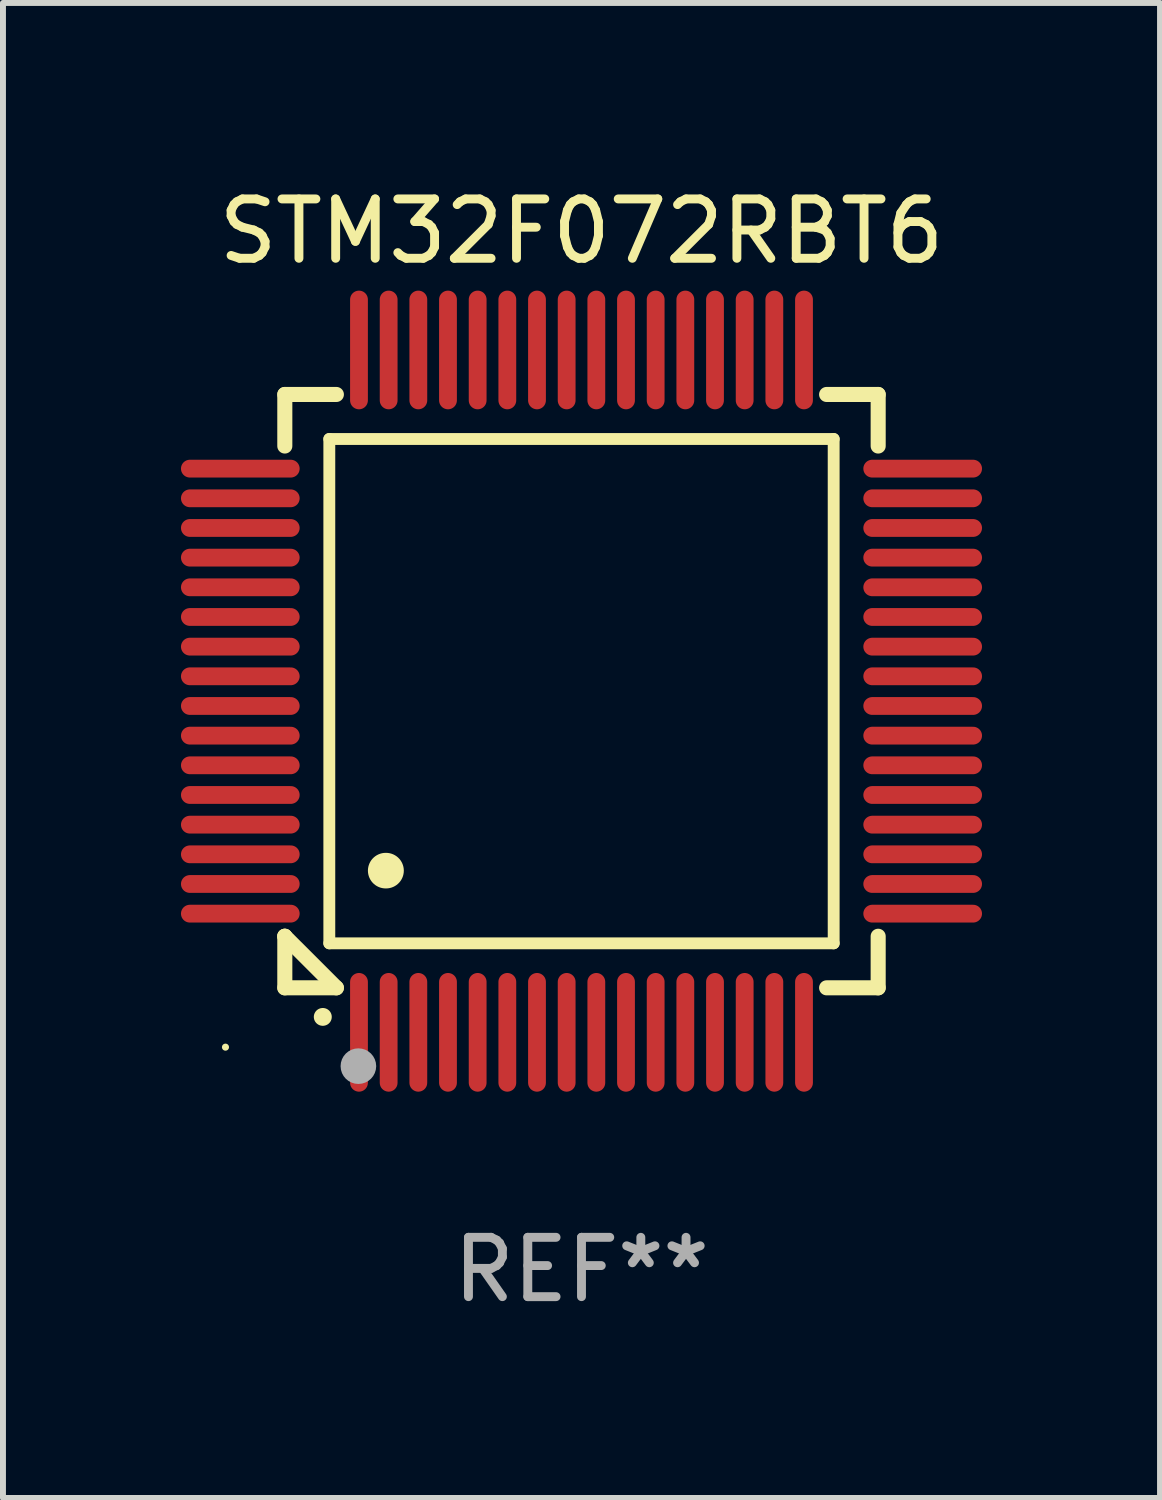
<source format=kicad_pcb>
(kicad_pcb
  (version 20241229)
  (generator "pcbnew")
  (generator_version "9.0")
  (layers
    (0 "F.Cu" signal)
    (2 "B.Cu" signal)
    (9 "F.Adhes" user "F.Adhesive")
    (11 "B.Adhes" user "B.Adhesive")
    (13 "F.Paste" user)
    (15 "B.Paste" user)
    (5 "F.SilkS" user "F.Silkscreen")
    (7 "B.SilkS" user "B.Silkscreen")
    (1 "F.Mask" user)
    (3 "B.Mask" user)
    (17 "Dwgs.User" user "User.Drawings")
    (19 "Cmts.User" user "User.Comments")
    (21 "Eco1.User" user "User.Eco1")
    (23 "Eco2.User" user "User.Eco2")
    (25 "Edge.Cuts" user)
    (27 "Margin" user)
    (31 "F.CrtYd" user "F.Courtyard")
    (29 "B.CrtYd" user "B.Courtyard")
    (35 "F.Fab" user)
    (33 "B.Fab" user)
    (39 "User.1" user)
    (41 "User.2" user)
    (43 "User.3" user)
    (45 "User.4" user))
  (footprint "STM32F072RBT6"
    (layer "F.Cu")
    (at 6.75 8.598)
    (property "Reference" "STM32F072RBT6" (at 0 -7.75 0) (layer "F.SilkS") (effects (font (size 1 1) (thickness 0.15))))
    (attr through_hole)
    (fp_line (start -5 -5) (end -4.131 -5) (stroke (width 0.254) (type solid)) (layer "F.SilkS"))
    (fp_line (start -5 -4.131) (end -5 -5) (stroke (width 0.254) (type solid)) (layer "F.SilkS"))
    (fp_line (start -5 4.131) (end -5 4.131) (stroke (width 0.254) (type solid)) (layer "F.SilkS"))
    (fp_line (start -5 5) (end -5 4.131) (stroke (width 0.254) (type solid)) (layer "F.SilkS"))
    (fp_line (start -5 4.131) (end -4.131 5) (stroke (width 0.254) (type solid)) (layer "F.SilkS"))
    (fp_line (start -4.25 -4.25) (end -4.25 4.25) (stroke (width 0.2) (type solid)) (layer "F.SilkS"))
    (fp_line (start -4.25 4.25) (end 4.25 4.25) (stroke (width 0.2) (type solid)) (layer "F.SilkS"))
    (fp_line (start -4.131 5) (end -5 5) (stroke (width 0.254) (type solid)) (layer "F.SilkS"))
    (fp_line (start 4.25 -4.25) (end -4.25 -4.25) (stroke (width 0.2) (type solid)) (layer "F.SilkS"))
    (fp_line (start 4.25 4.25) (end 4.25 -4.25) (stroke (width 0.2) (type solid)) (layer "F.SilkS"))
    (fp_line (start 5 -5) (end 4.131 -5) (stroke (width 0.254) (type solid)) (layer "F.SilkS"))
    (fp_line (start 5 -5) (end 5 -4.131) (stroke (width 0.254) (type solid)) (layer "F.SilkS"))
    (fp_line (start 5 4.131) (end 5 5) (stroke (width 0.254) (type solid)) (layer "F.SilkS"))
    (fp_line (start 5 5) (end 4.131 5) (stroke (width 0.254) (type solid)) (layer "F.SilkS"))
    (fp_arc (start -4.361265 5.489992) (mid -4.359995 5.489987) (end -4.358725 5.489992) (stroke (width 0.3) (type solid)) (layer "F.SilkS"))
    (fp_arc (start -3.299467 3.025146) (mid -3.296927 3.025135) (end -3.294387 3.025146) (stroke (width 0.6) (type solid)) (layer "F.SilkS"))
    (fp_circle (center -6 6) (end -5.97 6) (stroke (width 0.06) (type solid)) (fill no) (layer "F.SilkS"))
    (fp_circle (center -3.76 6.32) (end -3.61 6.32) (stroke (width 0.3) (type solid)) (fill no) (layer "F.Fab"))
    (fp_text user "REF**" (at 0 9.75 0) (layer "F.Fab") (effects (font (size 1 1) (thickness 0.15))))
    (pad "1" smd oval (at -3.75 5.75) (size 0.3 2) (layers "F.Cu" "F.Mask" "F.Paste"))
    (pad "2" smd oval (at -3.25 5.75) (size 0.3 2) (layers "F.Cu" "F.Mask" "F.Paste"))
    (pad "3" smd oval (at -2.75 5.75) (size 0.3 2) (layers "F.Cu" "F.Mask" "F.Paste"))
    (pad "4" smd oval (at -2.25 5.75) (size 0.3 2) (layers "F.Cu" "F.Mask" "F.Paste"))
    (pad "5" smd oval (at -1.75 5.75) (size 0.3 2) (layers "F.Cu" "F.Mask" "F.Paste"))
    (pad "6" smd oval (at -1.25 5.75) (size 0.3 2) (layers "F.Cu" "F.Mask" "F.Paste"))
    (pad "7" smd oval (at -0.75 5.75) (size 0.3 2) (layers "F.Cu" "F.Mask" "F.Paste"))
    (pad "8" smd oval (at -0.25 5.75) (size 0.3 2) (layers "F.Cu" "F.Mask" "F.Paste"))
    (pad "9" smd oval (at 0.25 5.75) (size 0.3 2) (layers "F.Cu" "F.Mask" "F.Paste"))
    (pad "10" smd oval (at 0.75 5.75) (size 0.3 2) (layers "F.Cu" "F.Mask" "F.Paste"))
    (pad "11" smd oval (at 1.25 5.75) (size 0.3 2) (layers "F.Cu" "F.Mask" "F.Paste"))
    (pad "12" smd oval (at 1.75 5.75) (size 0.3 2) (layers "F.Cu" "F.Mask" "F.Paste"))
    (pad "13" smd oval (at 2.25 5.75) (size 0.3 2) (layers "F.Cu" "F.Mask" "F.Paste"))
    (pad "14" smd oval (at 2.75 5.75) (size 0.3 2) (layers "F.Cu" "F.Mask" "F.Paste"))
    (pad "15" smd oval (at 3.25 5.75) (size 0.3 2) (layers "F.Cu" "F.Mask" "F.Paste"))
    (pad "16" smd oval (at 3.75 5.75) (size 0.3 2) (layers "F.Cu" "F.Mask" "F.Paste"))
    (pad "17" smd oval (at 5.75 3.75) (size 2 0.3) (layers "F.Cu" "F.Mask" "F.Paste"))
    (pad "18" smd oval (at 5.75 3.25) (size 2 0.3) (layers "F.Cu" "F.Mask" "F.Paste"))
    (pad "19" smd oval (at 5.75 2.75) (size 2 0.3) (layers "F.Cu" "F.Mask" "F.Paste"))
    (pad "20" smd oval (at 5.75 2.25) (size 2 0.3) (layers "F.Cu" "F.Mask" "F.Paste"))
    (pad "21" smd oval (at 5.75 1.75) (size 2 0.3) (layers "F.Cu" "F.Mask" "F.Paste"))
    (pad "22" smd oval (at 5.75 1.25) (size 2 0.3) (layers "F.Cu" "F.Mask" "F.Paste"))
    (pad "23" smd oval (at 5.75 0.75) (size 2 0.3) (layers "F.Cu" "F.Mask" "F.Paste"))
    (pad "24" smd oval (at 5.75 0.25) (size 2 0.3) (layers "F.Cu" "F.Mask" "F.Paste"))
    (pad "25" smd oval (at 5.75 -0.25) (size 2 0.3) (layers "F.Cu" "F.Mask" "F.Paste"))
    (pad "26" smd oval (at 5.75 -0.75) (size 2 0.3) (layers "F.Cu" "F.Mask" "F.Paste"))
    (pad "27" smd oval (at 5.75 -1.25) (size 2 0.3) (layers "F.Cu" "F.Mask" "F.Paste"))
    (pad "28" smd oval (at 5.75 -1.75) (size 2 0.3) (layers "F.Cu" "F.Mask" "F.Paste"))
    (pad "29" smd oval (at 5.75 -2.25) (size 2 0.3) (layers "F.Cu" "F.Mask" "F.Paste"))
    (pad "30" smd oval (at 5.75 -2.75) (size 2 0.3) (layers "F.Cu" "F.Mask" "F.Paste"))
    (pad "31" smd oval (at 5.75 -3.25) (size 2 0.3) (layers "F.Cu" "F.Mask" "F.Paste"))
    (pad "32" smd oval (at 5.75 -3.75) (size 2 0.3) (layers "F.Cu" "F.Mask" "F.Paste"))
    (pad "33" smd oval (at 3.75 -5.75) (size 0.3 2) (layers "F.Cu" "F.Mask" "F.Paste"))
    (pad "34" smd oval (at 3.25 -5.75) (size 0.3 2) (layers "F.Cu" "F.Mask" "F.Paste"))
    (pad "35" smd oval (at 2.75 -5.75) (size 0.3 2) (layers "F.Cu" "F.Mask" "F.Paste"))
    (pad "36" smd oval (at 2.25 -5.75) (size 0.3 2) (layers "F.Cu" "F.Mask" "F.Paste"))
    (pad "37" smd oval (at 1.75 -5.75) (size 0.3 2) (layers "F.Cu" "F.Mask" "F.Paste"))
    (pad "38" smd oval (at 1.25 -5.75) (size 0.3 2) (layers "F.Cu" "F.Mask" "F.Paste"))
    (pad "39" smd oval (at 0.75 -5.75) (size 0.3 2) (layers "F.Cu" "F.Mask" "F.Paste"))
    (pad "40" smd oval (at 0.25 -5.75) (size 0.3 2) (layers "F.Cu" "F.Mask" "F.Paste"))
    (pad "41" smd oval (at -0.25 -5.75) (size 0.3 2) (layers "F.Cu" "F.Mask" "F.Paste"))
    (pad "42" smd oval (at -0.75 -5.75) (size 0.3 2) (layers "F.Cu" "F.Mask" "F.Paste"))
    (pad "43" smd oval (at -1.25 -5.75) (size 0.3 2) (layers "F.Cu" "F.Mask" "F.Paste"))
    (pad "44" smd oval (at -1.75 -5.75) (size 0.3 2) (layers "F.Cu" "F.Mask" "F.Paste"))
    (pad "45" smd oval (at -2.25 -5.75) (size 0.3 2) (layers "F.Cu" "F.Mask" "F.Paste"))
    (pad "46" smd oval (at -2.75 -5.75) (size 0.3 2) (layers "F.Cu" "F.Mask" "F.Paste"))
    (pad "47" smd oval (at -3.25 -5.75) (size 0.3 2) (layers "F.Cu" "F.Mask" "F.Paste"))
    (pad "48" smd oval (at -3.75 -5.75) (size 0.3 2) (layers "F.Cu" "F.Mask" "F.Paste"))
    (pad "49" smd oval (at -5.75 -3.75) (size 2 0.3) (layers "F.Cu" "F.Mask" "F.Paste"))
    (pad "50" smd oval (at -5.75 -3.25) (size 2 0.3) (layers "F.Cu" "F.Mask" "F.Paste"))
    (pad "51" smd oval (at -5.75 -2.75) (size 2 0.3) (layers "F.Cu" "F.Mask" "F.Paste"))
    (pad "52" smd oval (at -5.75 -2.25) (size 2 0.3) (layers "F.Cu" "F.Mask" "F.Paste"))
    (pad "53" smd oval (at -5.75 -1.75) (size 2 0.3) (layers "F.Cu" "F.Mask" "F.Paste"))
    (pad "54" smd oval (at -5.75 -1.25) (size 2 0.3) (layers "F.Cu" "F.Mask" "F.Paste"))
    (pad "55" smd oval (at -5.75 -0.75) (size 2 0.3) (layers "F.Cu" "F.Mask" "F.Paste"))
    (pad "56" smd oval (at -5.75 -0.25) (size 2 0.3) (layers "F.Cu" "F.Mask" "F.Paste"))
    (pad "57" smd oval (at -5.75 0.25) (size 2 0.3) (layers "F.Cu" "F.Mask" "F.Paste"))
    (pad "58" smd oval (at -5.75 0.75) (size 2 0.3) (layers "F.Cu" "F.Mask" "F.Paste"))
    (pad "59" smd oval (at -5.75 1.25) (size 2 0.3) (layers "F.Cu" "F.Mask" "F.Paste"))
    (pad "60" smd oval (at -5.75 1.75) (size 2 0.3) (layers "F.Cu" "F.Mask" "F.Paste"))
    (pad "61" smd oval (at -5.75 2.25) (size 2 0.3) (layers "F.Cu" "F.Mask" "F.Paste"))
    (pad "62" smd oval (at -5.75 2.75) (size 2 0.3) (layers "F.Cu" "F.Mask" "F.Paste"))
    (pad "63" smd oval (at -5.75 3.25) (size 2 0.3) (layers "F.Cu" "F.Mask" "F.Paste"))
    (pad "64" smd oval (at -5.75 3.75) (size 2 0.3) (layers "F.Cu" "F.Mask" "F.Paste")))
  (gr_rect
    (start -3 -3)
    (end 16.5 22.196)
    (stroke (width 0.1) (type default))
    (fill no)
    (layer "Edge.Cuts")))
</source>
